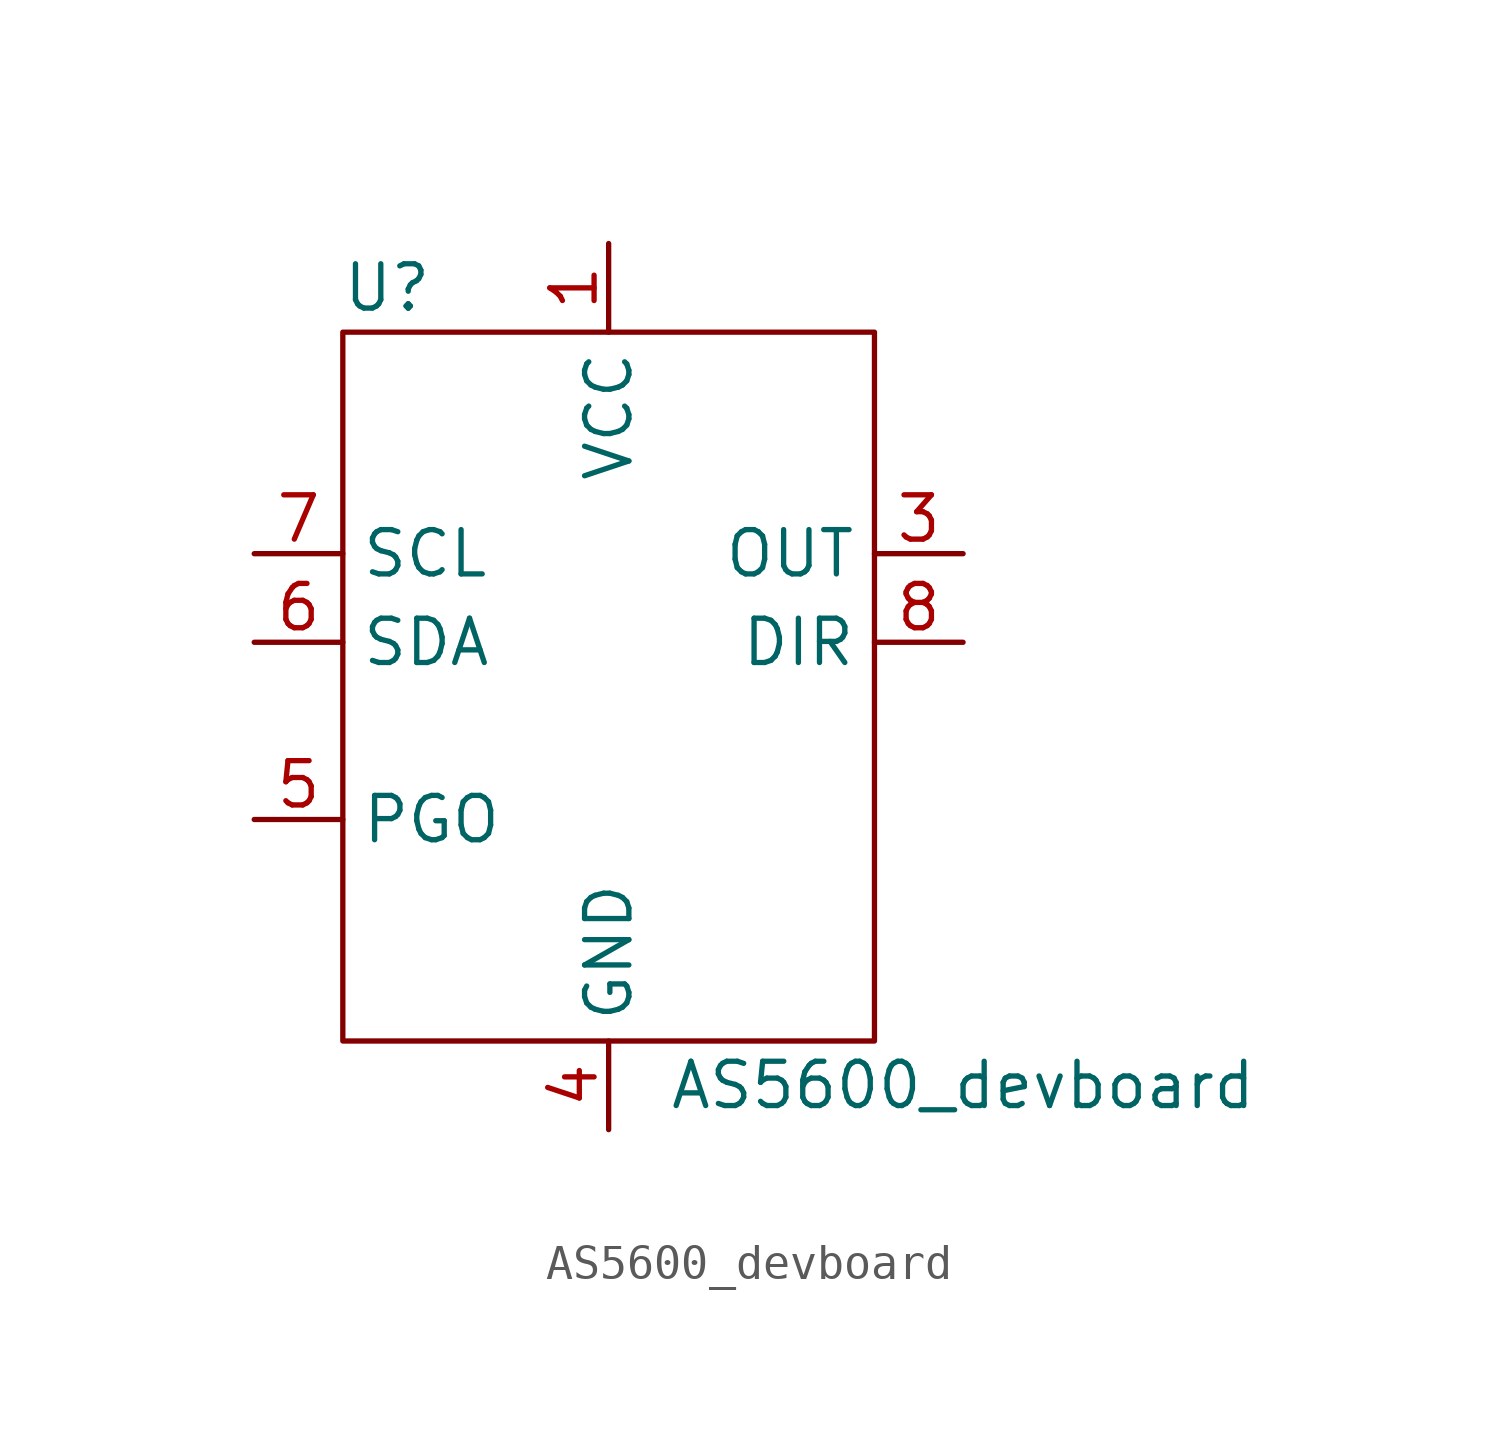
<source format=kicad_sym>
(kicad_symbol_lib
  (version 20211014)
  (generator kicad_symbol_editor)
  (symbol "AS5600_devboard"
    (property "Reference" "U"
      (at -6.35 1.27 0)
      (effects (font (size 1.27 1.27))))
    (property "Value" "AS5600_devboard"
      (at 10.16 -21.59 0)
      (effects (font (size 1.27 1.27))))
    (symbol "AS5600_devboard_0_1"
      (rectangle (start -7.62 0) (end 7.62 -20.32) (stroke (width 0) (type default) (color 0 0 0 0)) (fill (type none))))
    (symbol "AS5600_devboard_1_1"
      (pin power_in line (at 0 2.54 270) (length 2.54) (name "VCC" (effects (font (size 1.27 1.27)))) (number "1" (effects (font (size 1.27 1.27)))))
      (pin output line (at 10.16 -6.35 180) (length 2.54) (name "OUT" (effects (font (size 1.27 1.27)))) (number "3" (effects (font (size 1.27 1.27)))))
      (pin output line (at 0 -22.86 90) (length 2.54) (name "GND" (effects (font (size 1.27 1.27)))) (number "4" (effects (font (size 1.27 1.27)))))
      (pin input line (at -10.16 -13.97 0) (length 2.54) (name "PGO" (effects (font (size 1.27 1.27)))) (number "5" (effects (font (size 1.27 1.27)))))
      (pin bidirectional line (at -10.16 -8.89 0) (length 2.54) (name "SDA" (effects (font (size 1.27 1.27)))) (number "6" (effects (font (size 1.27 1.27)))))
      (pin input line (at -10.16 -6.35 0) (length 2.54) (name "SCL" (effects (font (size 1.27 1.27)))) (number "7" (effects (font (size 1.27 1.27)))))
      (pin output line (at 10.16 -8.89 180) (length 2.54) (name "DIR" (effects (font (size 1.27 1.27)))) (number "8" (effects (font (size 1.27 1.27))))))))
</source>
